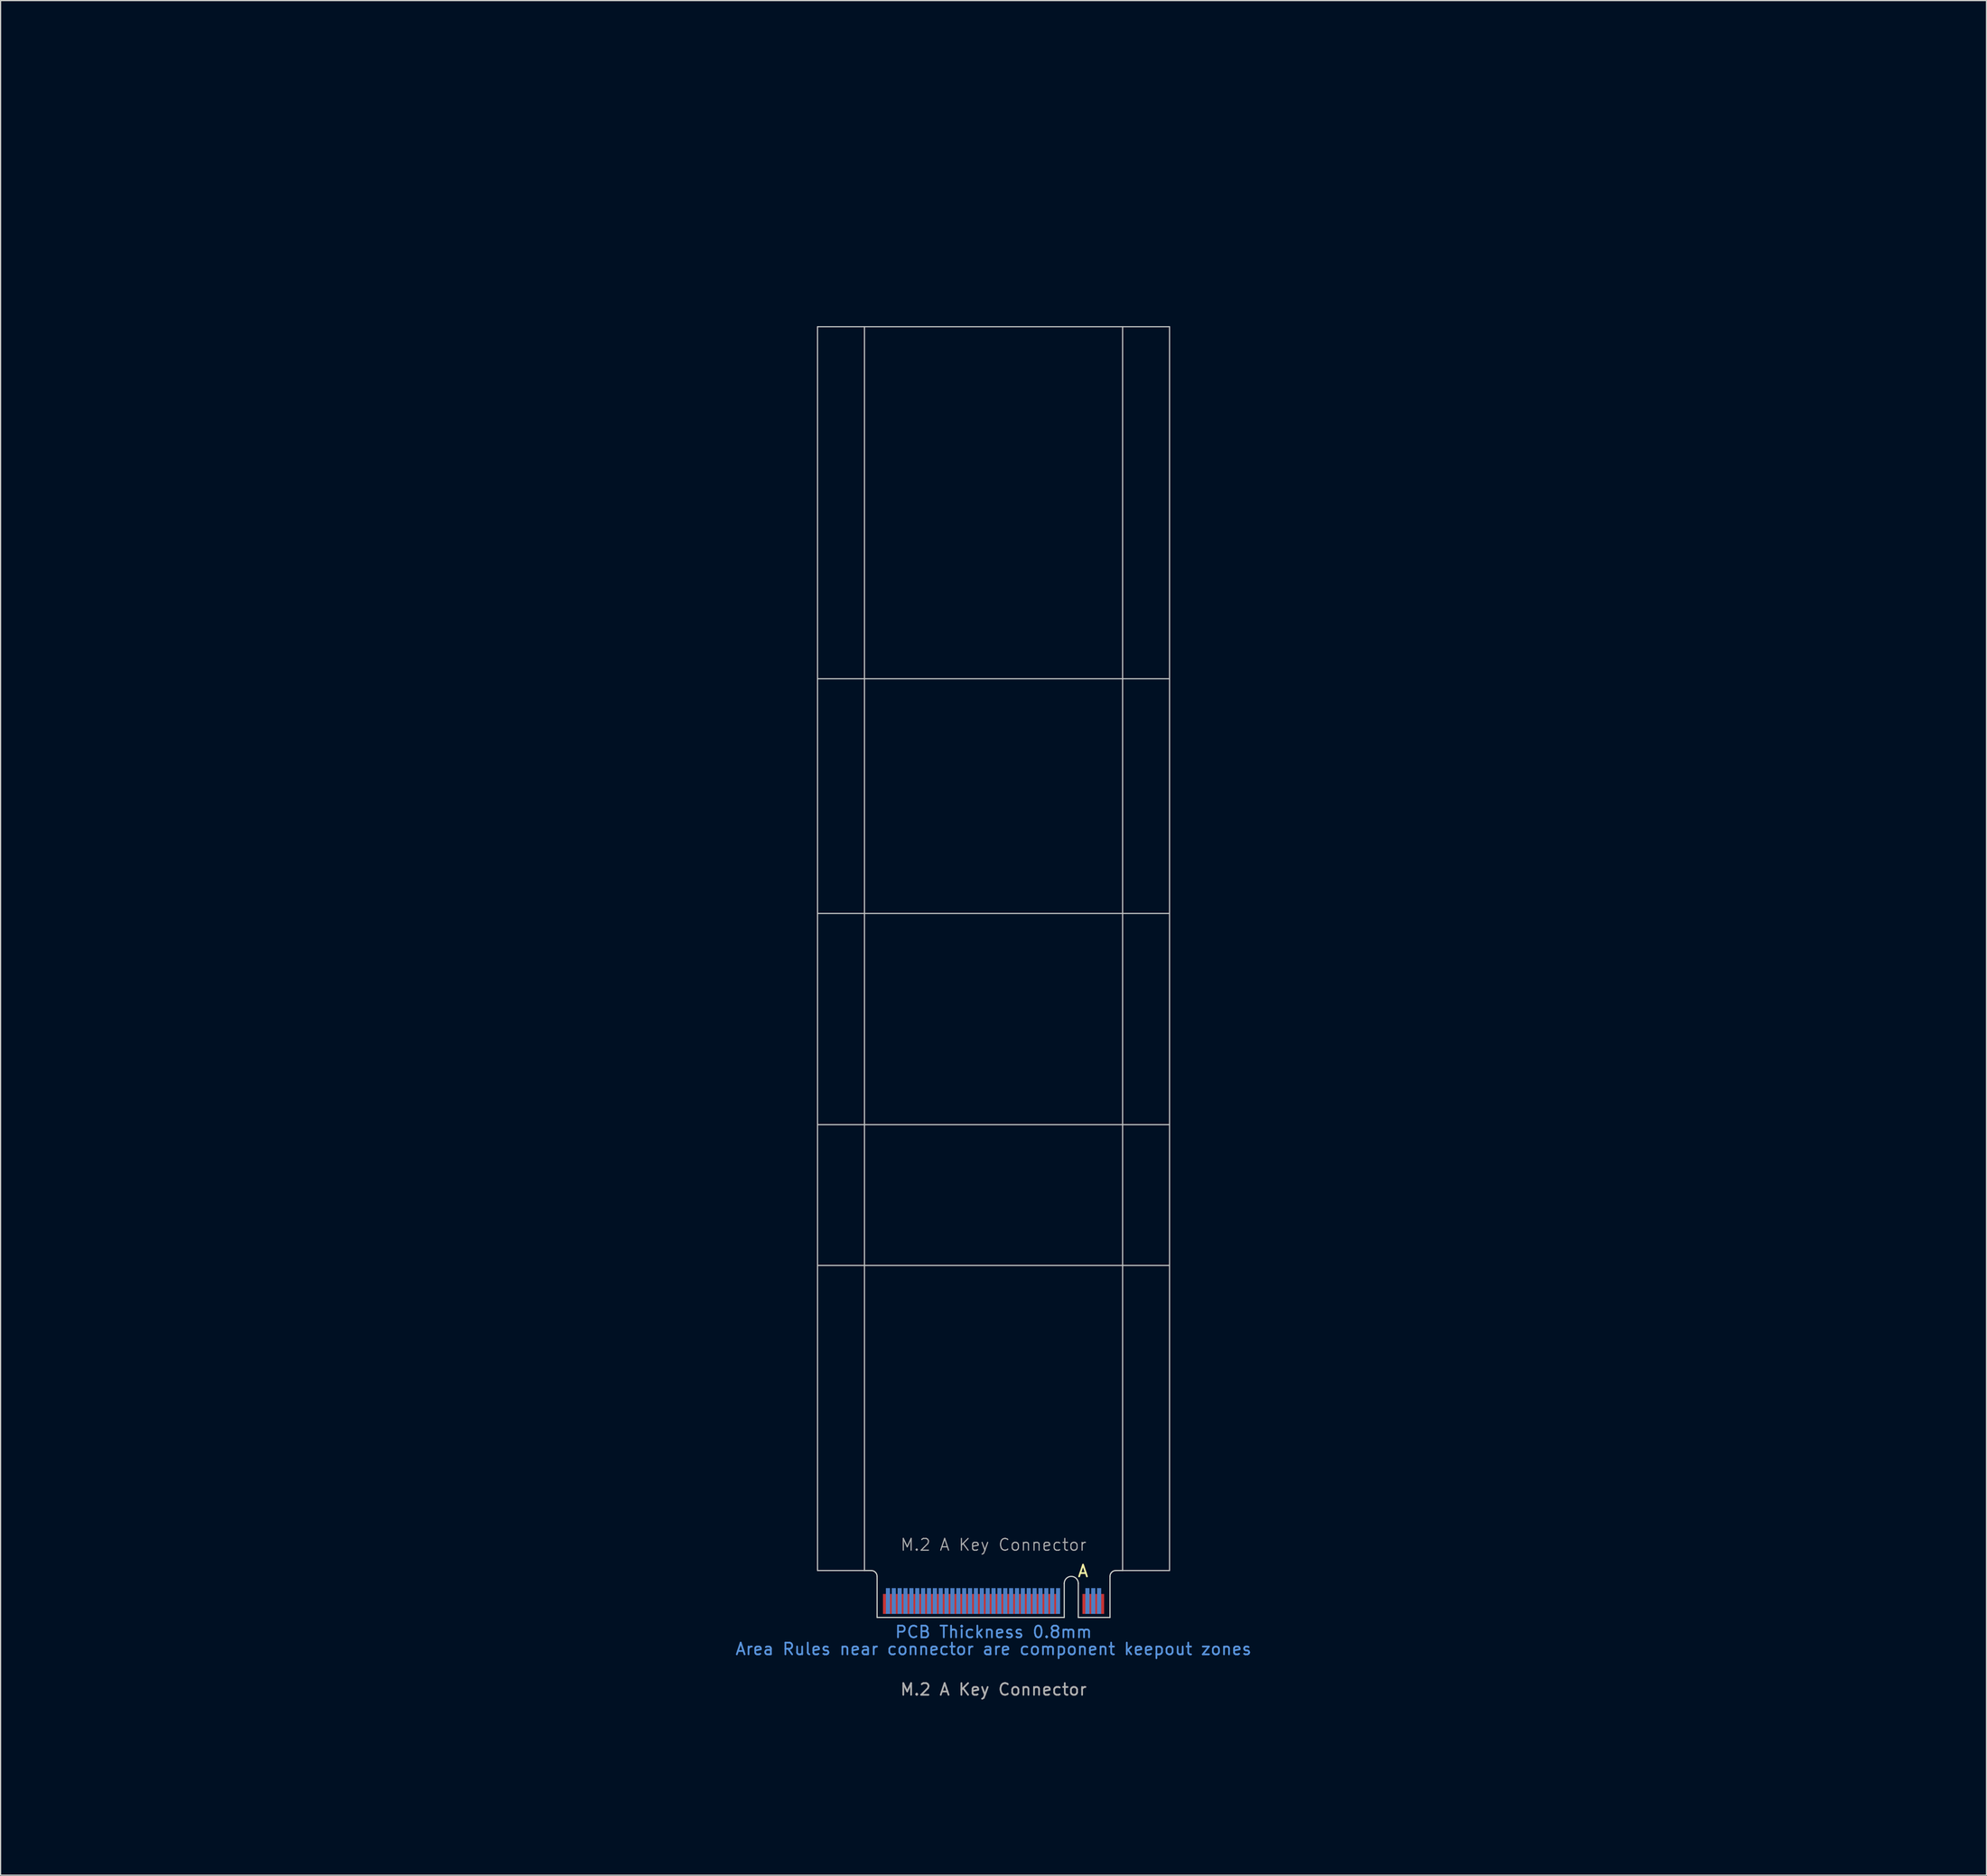
<source format=kicad_pcb>
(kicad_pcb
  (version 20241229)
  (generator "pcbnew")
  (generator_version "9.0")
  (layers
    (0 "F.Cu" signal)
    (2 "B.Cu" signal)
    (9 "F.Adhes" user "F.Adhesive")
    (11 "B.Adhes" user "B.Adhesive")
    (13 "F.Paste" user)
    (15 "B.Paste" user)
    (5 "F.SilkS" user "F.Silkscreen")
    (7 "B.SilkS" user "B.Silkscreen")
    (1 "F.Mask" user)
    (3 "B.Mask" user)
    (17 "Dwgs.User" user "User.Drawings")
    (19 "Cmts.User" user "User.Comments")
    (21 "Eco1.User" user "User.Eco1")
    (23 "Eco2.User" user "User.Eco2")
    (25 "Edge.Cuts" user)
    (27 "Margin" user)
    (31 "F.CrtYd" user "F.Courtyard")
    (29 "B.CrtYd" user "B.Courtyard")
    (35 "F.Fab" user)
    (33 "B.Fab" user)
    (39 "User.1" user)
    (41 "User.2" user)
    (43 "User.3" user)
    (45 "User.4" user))
  (footprint "M.2 A Key Connector"
    (layer "F.Cu")
    (at 81.624 133.687)
    (property "Reference" "M.2 A Key Connector" (at 0 -5.08 0) (unlocked yes) (layer "F.Fab") (effects (font (size 1 1) (thickness 0.1))))
    (attr exclude_from_pos_files exclude_from_bom)
    (fp_rect (start -9.925 -0.94) (end 9.925 1.11) (stroke (width 0) (type default)) (fill yes) (layer "F.Mask"))
    (fp_rect (start -9.925 -1.44) (end 9.925 1.11) (stroke (width 0) (type default)) (fill yes) (layer "B.Mask"))
    (fp_line (start -15 -108.89) (end 15 -108.89) (stroke (width 0.1) (type default)) (layer "Dwgs.User"))
    (fp_line (start -15 -78.89) (end 15 -78.89) (stroke (width 0.1) (type default)) (layer "Dwgs.User"))
    (fp_line (start -15 -58.89) (end 15 -58.89) (stroke (width 0.1) (type default)) (layer "Dwgs.User"))
    (fp_line (start -15 -40.89) (end 15 -40.89) (stroke (width 0.1) (type default)) (layer "Dwgs.User"))
    (fp_line (start -15 -28.89) (end 15 -28.89) (stroke (width 0.1) (type default)) (layer "Dwgs.User"))
    (fp_line (start -15 -2.89) (end -15 -108.89) (stroke (width 0.1) (type default)) (layer "Dwgs.User"))
    (fp_line (start -11 -2.89) (end -15 -2.89) (stroke (width 0.1) (type default)) (layer "Dwgs.User"))
    (fp_line (start -11 -2.89) (end -11 -108.89) (stroke (width 0.1) (type default)) (layer "Dwgs.User"))
    (fp_line (start 11 -108.89) (end 11 -2.89) (stroke (width 0.1) (type default)) (layer "Dwgs.User"))
    (fp_line (start 11 -2.89) (end 15 -2.89) (stroke (width 0.1) (type default)) (layer "Dwgs.User"))
    (fp_line (start 15 -108.89) (end 15 -2.89) (stroke (width 0.1) (type default)) (layer "Dwgs.User"))
    (fp_line (start -11 -2.89) (end -10.425 -2.89) (stroke (width 0.1) (type default)) (layer "Edge.Cuts"))
    (fp_line (start -9.925 -2.39) (end -9.925 1.11) (stroke (width 0.1) (type default)) (layer "Edge.Cuts"))
    (fp_line (start 6.025 -1.79) (end 6.025 1.11) (stroke (width 0.1) (type default)) (layer "Edge.Cuts"))
    (fp_line (start 6.025 1.11) (end -9.925 1.11) (stroke (width 0.1) (type default)) (layer "Edge.Cuts"))
    (fp_line (start 7.225 -1.79) (end 7.225 1.11) (stroke (width 0.1) (type default)) (layer "Edge.Cuts"))
    (fp_line (start 7.225 1.11) (end 9.925 1.11) (stroke (width 0.1) (type default)) (layer "Edge.Cuts"))
    (fp_line (start 9.925 -2.39) (end 9.925 1.11) (stroke (width 0.1) (type default)) (layer "Edge.Cuts"))
    (fp_line (start 10.425 -2.89) (end 11 -2.89) (stroke (width 0.1) (type default)) (layer "Edge.Cuts"))
    (fp_arc (start -10.425 -2.89) (mid -10.071447 -2.743553) (end -9.925 -2.39) (stroke (width 0.1) (type default)) (layer "Edge.Cuts"))
    (fp_arc (start 6.025 -1.79) (mid 6.625 -2.39) (end 7.225 -1.79) (stroke (width 0.1) (type default)) (layer "Edge.Cuts"))
    (fp_arc (start 9.925 -2.39) (mid 10.071447 -2.743553) (end 10.425 -2.89) (stroke (width 0.1) (type default)) (layer "Edge.Cuts"))
    (fp_line (start -0.71 -109.6) (end 0.71 -108.18) (stroke (width 0.15) (type default)) (layer "User.3"))
    (fp_line (start -0.71 -79.6) (end 0.71 -78.18) (stroke (width 0.15) (type default)) (layer "User.3"))
    (fp_line (start -0.71 -59.6) (end 0.71 -58.18) (stroke (width 0.15) (type default)) (layer "User.3"))
    (fp_line (start -0.71 -41.6) (end 0.71 -40.18) (stroke (width 0.15) (type default)) (layer "User.3"))
    (fp_line (start -0.71 -29.6) (end 0.71 -28.18) (stroke (width 0.15) (type default)) (layer "User.3"))
    (fp_line (start 0.71 -109.6) (end -0.71 -108.18) (stroke (width 0.15) (type default)) (layer "User.3"))
    (fp_line (start 0.71 -79.6) (end -0.71 -78.18) (stroke (width 0.15) (type default)) (layer "User.3"))
    (fp_line (start 0.71 -59.6) (end -0.71 -58.18) (stroke (width 0.15) (type default)) (layer "User.3"))
    (fp_line (start 0.71 -41.6) (end -0.71 -40.18) (stroke (width 0.15) (type default)) (layer "User.3"))
    (fp_line (start 0.71 -29.6) (end -0.71 -28.18) (stroke (width 0.15) (type default)) (layer "User.3"))
    (fp_rect (start -15 -108.89) (end 15 -105.09) (stroke (width 0.1) (type default)) (fill no) (layer "User.4"))
    (fp_rect (start -15 -78.89) (end 15 -75.09) (stroke (width 0.1) (type default)) (fill no) (layer "User.4"))
    (fp_rect (start -15 -58.89) (end 15 -55.09) (stroke (width 0.1) (type default)) (fill no) (layer "User.4"))
    (fp_rect (start -15 -40.89) (end 15 -37.09) (stroke (width 0.1) (type default)) (fill no) (layer "User.4"))
    (fp_rect (start -15 -28.89) (end 15 -25.09) (stroke (width 0.1) (type solid)) (fill no) (layer "User.4"))
    (fp_text user "A" (at 7.1 -2.255 0) (unlocked yes) (layer "F.SilkS") (effects (font (size 1 1) (thickness 0.15)) (justify left bottom)))
    (fp_text user "Area Rules near connector are component keepout zones" (at 0 3.8 0) (unlocked yes) (layer "Cmts.User") (effects (font (size 1 1) (thickness 0.15))))
    (fp_text user "PCB Thickness 0.8mm" (at 0 2.35 0) (unlocked yes) (layer "Cmts.User") (effects (font (size 1 1) (thickness 0.15))))
    (fp_text user "${REFERENCE}" (at 0 7.25 0) (unlocked yes) (layer "F.Fab") (effects (font (size 1 1) (thickness 0.15))))
    (fp_text user "Standard 22, 30mm widths and 30, 42, 60, 80, 110mm lengths shown in Blue (User.2 Layer)" (at 0 18.555 0) (unlocked yes) (layer "User.2") (effects (font (size 2 2) (thickness 0.2))))
    (fp_text user "Place grounded \"M.2 Mounting Pad\" footprint from library on Teal (User.3 Layer) X's" (at 0 13.9 0) (unlocked yes) (layer "User.3") (effects (font (size 2 2) (thickness 0.2))))
    (fp_text user "Yellow areas (User.4 Layer) reserverd for RF recepticals or for components when no RF recepticals used." (at 0 9.33 0) (unlocked yes) (layer "User.4") (effects (font (size 2 2) (thickness 0.2))))
    (dimension (type orthogonal) (layer "User.2") (pts (xy 66.624 23.687) (xy 96.624 23.687)) (height -17.83) (orientation 0) (format (prefix "") (suffix "") (units 3) (units_format 0) (precision 4) (suppress_zeroes yes)) (style (thickness 0.1) (arrow_length 1.27) (text_position_mode 0) (arrow_direction outward) (extension_height 0.586) (extension_offset 0.5) (keep_text_aligned yes)) (gr_text "30" (at 81.624 2.457 0) (layer "User.2") (effects (font (size 3 3) (thickness 0.4)))))
    (dimension (type orthogonal) (layer "User.2") (pts (xy 91.549 134.797) (xy 96.624 24.797)) (height 69.74) (orientation 1) (format (prefix "") (suffix "") (units 3) (units_format 0) (precision 4) (suppress_zeroes yes)) (style (thickness 0.1) (arrow_length 1.27) (text_position_mode 0) (arrow_direction outward) (extension_height 0.586) (extension_offset 0.5) (keep_text_aligned yes)) (gr_text "110" (at 157.989 79.797 90) (layer "User.2") (effects (font (size 3 3) (thickness 0.3)))))
    (dimension (type orthogonal) (layer "User.2") (pts (xy 91.549 134.797) (xy 96.624 74.797)) (height 45.245) (orientation 1) (format (prefix "") (suffix "") (units 3) (units_format 0) (precision 4) (suppress_zeroes yes)) (style (thickness 0.1) (arrow_length 1.27) (text_position_mode 0) (arrow_direction outward) (extension_height 0.586) (extension_offset 0.5) (keep_text_aligned yes)) (gr_text "60" (at 133.494 104.797 90) (layer "User.2") (effects (font (size 3 3) (thickness 0.3)))))
    (dimension (type orthogonal) (layer "User.2") (pts (xy 91.549 134.797) (xy 96.624 104.797)) (height 20.795) (orientation 1) (format (prefix "") (suffix "") (units 3) (units_format 0) (precision 4) (suppress_zeroes yes)) (style (thickness 0.1) (arrow_length 1.27) (text_position_mode 0) (arrow_direction outward) (extension_height 0.586) (extension_offset 0.5) (keep_text_aligned yes)) (gr_text "30" (at 109.044 119.797 90) (layer "User.2") (effects (font (size 3 3) (thickness 0.3)))))
    (dimension (type orthogonal) (layer "User.2") (pts (xy 70.624 24.797) (xy 92.624 24.797)) (height -12.48) (orientation 0) (format (prefix "") (suffix "") (units 3) (units_format 0) (precision 4) (suppress_zeroes yes)) (style (thickness 0.1) (arrow_length 1.27) (text_position_mode 0) (arrow_direction outward) (extension_height 0.586) (extension_offset 0.5) (keep_text_aligned yes)) (gr_text "22" (at 81.624 8.917 0) (layer "User.2") (effects (font (size 3 3) (thickness 0.4)))))
    (dimension (type orthogonal) (layer "User.2") (pts (xy 91.534 134.797) (xy 96.624 54.797)) (height 58.985) (orientation 1) (format (prefix "") (suffix "") (units 3) (units_format 0) (precision 4) (suppress_zeroes yes)) (style (thickness 0.1) (arrow_length 1.27) (text_position_mode 0) (arrow_direction outward) (extension_height 0.586) (extension_offset 0.5) (keep_text_aligned yes)) (gr_text "80" (at 147.219 94.797 90) (layer "User.2") (effects (font (size 3 3) (thickness 0.3)))))
    (dimension (type orthogonal) (layer "User.2") (pts (xy 91.549 134.797) (xy 96.624 92.797)) (height 32.695) (orientation 1) (format (prefix "") (suffix "") (units 3) (units_format 0) (precision 4) (suppress_zeroes yes)) (style (thickness 0.1) (arrow_length 1.27) (text_position_mode 0) (arrow_direction outward) (extension_height 0.586) (extension_offset 0.5) (keep_text_aligned yes)) (gr_text "42" (at 120.944 113.797 90) (layer "User.2") (effects (font (size 3 3) (thickness 0.3)))))
    (pad "1" smd rect (at 9.25 -0.04 180) (size 0.35 1.7) (layers "F.Cu"))
    (pad "2" smd rect (at 9 -0.29 180) (size 0.35 2.2) (layers "B.Cu"))
    (pad "3" smd rect (at 8.75 -0.04 180) (size 0.35 1.7) (layers "F.Cu"))
    (pad "4" smd rect (at 8.5 -0.29 180) (size 0.35 2.2) (layers "B.Cu"))
    (pad "5" smd rect (at 8.25 -0.04 180) (size 0.35 1.7) (layers "F.Cu"))
    (pad "6" smd rect (at 8 -0.29 180) (size 0.35 2.2) (layers "B.Cu"))
    (pad "7" smd rect (at 7.75 -0.04 180) (size 0.35 1.7) (layers "F.Cu"))
    (pad "16" smd rect (at 5.5 -0.29 180) (size 0.35 2.2) (layers "B.Cu"))
    (pad "17" smd rect (at 5.25 -0.04 180) (size 0.35 1.7) (layers "F.Cu"))
    (pad "18" smd rect (at 5 -0.29 180) (size 0.35 2.2) (layers "B.Cu"))
    (pad "19" smd rect (at 4.75 -0.04 180) (size 0.35 1.7) (layers "F.Cu"))
    (pad "20" smd rect (at 4.5 -0.29 180) (size 0.35 2.2) (layers "B.Cu"))
    (pad "21" smd rect (at 4.25 -0.04 180) (size 0.35 1.7) (layers "F.Cu"))
    (pad "22" smd rect (at 4 -0.29 180) (size 0.35 2.2) (layers "B.Cu"))
    (pad "23" smd rect (at 3.75 -0.04 180) (size 0.35 1.7) (layers "F.Cu"))
    (pad "24" smd rect (at 3.5 -0.29 180) (size 0.35 2.2) (layers "B.Cu"))
    (pad "25" smd rect (at 3.25 -0.04 180) (size 0.35 1.7) (layers "F.Cu"))
    (pad "26" smd rect (at 3 -0.29 180) (size 0.35 2.2) (layers "B.Cu"))
    (pad "27" smd rect (at 2.75 -0.04 180) (size 0.35 1.7) (layers "F.Cu"))
    (pad "28" smd rect (at 2.5 -0.29 180) (size 0.35 2.2) (layers "B.Cu"))
    (pad "29" smd rect (at 2.25 -0.04 180) (size 0.35 1.7) (layers "F.Cu"))
    (pad "30" smd rect (at 2 -0.29 180) (size 0.35 2.2) (layers "B.Cu"))
    (pad "31" smd rect (at 1.75 -0.04 180) (size 0.35 1.7) (layers "F.Cu"))
    (pad "32" smd rect (at 1.5 -0.29 180) (size 0.35 2.2) (layers "B.Cu"))
    (pad "33" smd rect (at 1.25 -0.04 180) (size 0.35 1.7) (layers "F.Cu"))
    (pad "34" smd rect (at 1 -0.29 180) (size 0.35 2.2) (layers "B.Cu"))
    (pad "35" smd rect (at 0.75 -0.04 180) (size 0.35 1.7) (layers "F.Cu"))
    (pad "36" smd rect (at 0.5 -0.29 180) (size 0.35 2.2) (layers "B.Cu"))
    (pad "37" smd rect (at 0.25 -0.04 180) (size 0.35 1.7) (layers "F.Cu"))
    (pad "38" smd rect (at 0 -0.29 180) (size 0.35 2.2) (layers "B.Cu"))
    (pad "39" smd rect (at -0.25 -0.04 180) (size 0.35 1.7) (layers "F.Cu"))
    (pad "40" smd rect (at -0.5 -0.29 180) (size 0.35 2.2) (layers "B.Cu"))
    (pad "41" smd rect (at -0.75 -0.04 180) (size 0.35 1.7) (layers "F.Cu"))
    (pad "42" smd rect (at -1 -0.29 180) (size 0.35 2.2) (layers "B.Cu"))
    (pad "43" smd rect (at -1.25 -0.04 180) (size 0.35 1.7) (layers "F.Cu"))
    (pad "44" smd rect (at -1.5 -0.29 180) (size 0.35 2.2) (layers "B.Cu"))
    (pad "45" smd rect (at -1.75 -0.04 180) (size 0.35 1.7) (layers "F.Cu"))
    (pad "46" smd rect (at -2 -0.29 180) (size 0.35 2.2) (layers "B.Cu"))
    (pad "47" smd rect (at -2.25 -0.04 180) (size 0.35 1.7) (layers "F.Cu"))
    (pad "48" smd rect (at -2.5 -0.29 180) (size 0.35 2.2) (layers "B.Cu"))
    (pad "49" smd rect (at -2.75 -0.04 180) (size 0.35 1.7) (layers "F.Cu"))
    (pad "50" smd rect (at -3 -0.29 180) (size 0.35 2.2) (layers "B.Cu"))
    (pad "51" smd rect (at -3.25 -0.04 180) (size 0.35 1.7) (layers "F.Cu"))
    (pad "52" smd rect (at -3.5 -0.29 180) (size 0.35 2.2) (layers "B.Cu"))
    (pad "53" smd rect (at -3.75 -0.04 180) (size 0.35 1.7) (layers "F.Cu"))
    (pad "54" smd rect (at -4 -0.29 180) (size 0.35 2.2) (layers "B.Cu"))
    (pad "55" smd rect (at -4.25 -0.04 180) (size 0.35 1.7) (layers "F.Cu"))
    (pad "56" smd rect (at -4.5 -0.29 180) (size 0.35 2.2) (layers "B.Cu"))
    (pad "57" smd rect (at -4.75 -0.04 180) (size 0.35 1.7) (layers "F.Cu"))
    (pad "58" smd rect (at -5 -0.29 180) (size 0.35 2.2) (layers "B.Cu"))
    (pad "59" smd rect (at -5.25 -0.04 180) (size 0.35 1.7) (layers "F.Cu"))
    (pad "60" smd rect (at -5.5 -0.29 180) (size 0.35 2.2) (layers "B.Cu"))
    (pad "61" smd rect (at -5.75 -0.04 180) (size 0.35 1.7) (layers "F.Cu"))
    (pad "62" smd rect (at -6 -0.29 180) (size 0.35 2.2) (layers "B.Cu"))
    (pad "63" smd rect (at -6.25 -0.04 180) (size 0.35 1.7) (layers "F.Cu"))
    (pad "64" smd rect (at -6.5 -0.29 180) (size 0.35 2.2) (layers "B.Cu"))
    (pad "65" smd rect (at -6.75 -0.04 180) (size 0.35 1.7) (layers "F.Cu"))
    (pad "66" smd rect (at -7 -0.29 180) (size 0.35 2.2) (layers "B.Cu"))
    (pad "67" smd rect (at -7.25 -0.04 180) (size 0.35 1.7) (layers "F.Cu"))
    (pad "68" smd rect (at -7.5 -0.29 180) (size 0.35 2.2) (layers "B.Cu"))
    (pad "69" smd rect (at -7.75 -0.04 180) (size 0.35 1.7) (layers "F.Cu"))
    (pad "70" smd rect (at -8 -0.29 180) (size 0.35 2.2) (layers "B.Cu"))
    (pad "71" smd rect (at -8.25 -0.04 180) (size 0.35 1.7) (layers "F.Cu"))
    (pad "72" smd rect (at -8.5 -0.29 180) (size 0.35 2.2) (layers "B.Cu"))
    (pad "73" smd rect (at -8.75 -0.04 180) (size 0.35 1.7) (layers "F.Cu"))
    (pad "74" smd rect (at -9 -0.29 180) (size 0.35 2.2) (layers "B.Cu"))
    (pad "75" smd rect (at -9.25 -0.04 180) (size 0.35 1.7) (layers "F.Cu"))
    (zone (net_name "") (layer "F.Cu") (name "Front Component Keepout") (hatch full 0.5) (connect_pads) (min_thickness 0.25) (filled_areas_thickness no) (keepout (tracks allowed) (vias allowed) (pads allowed) (copperpour allowed) (footprints not_allowed)) (placement (enabled no)) (fill) (polygon (pts (xy 96.624 130.797) (xy 96.624 134.797) (xy 66.624 134.797) (xy 66.624 130.797))))
    (zone (net_name "") (layer "B.Cu") (name "Rear Component Keepout") (hatch full 0.5) (connect_pads) (min_thickness 0.25) (filled_areas_thickness no) (keepout (tracks allowed) (vias allowed) (pads allowed) (copperpour allowed) (footprints not_allowed)) (placement (enabled no)) (fill) (polygon (pts (xy 96.624 134.797) (xy 96.624 129.597) (xy 66.624 129.597) (xy 66.624 134.797)))))
  (gr_rect
    (start -3 -3)
    (end 166.248 156.763)
    (stroke (width 0.1) (type default))
    (fill no)
    (layer "Edge.Cuts")))
</source>
